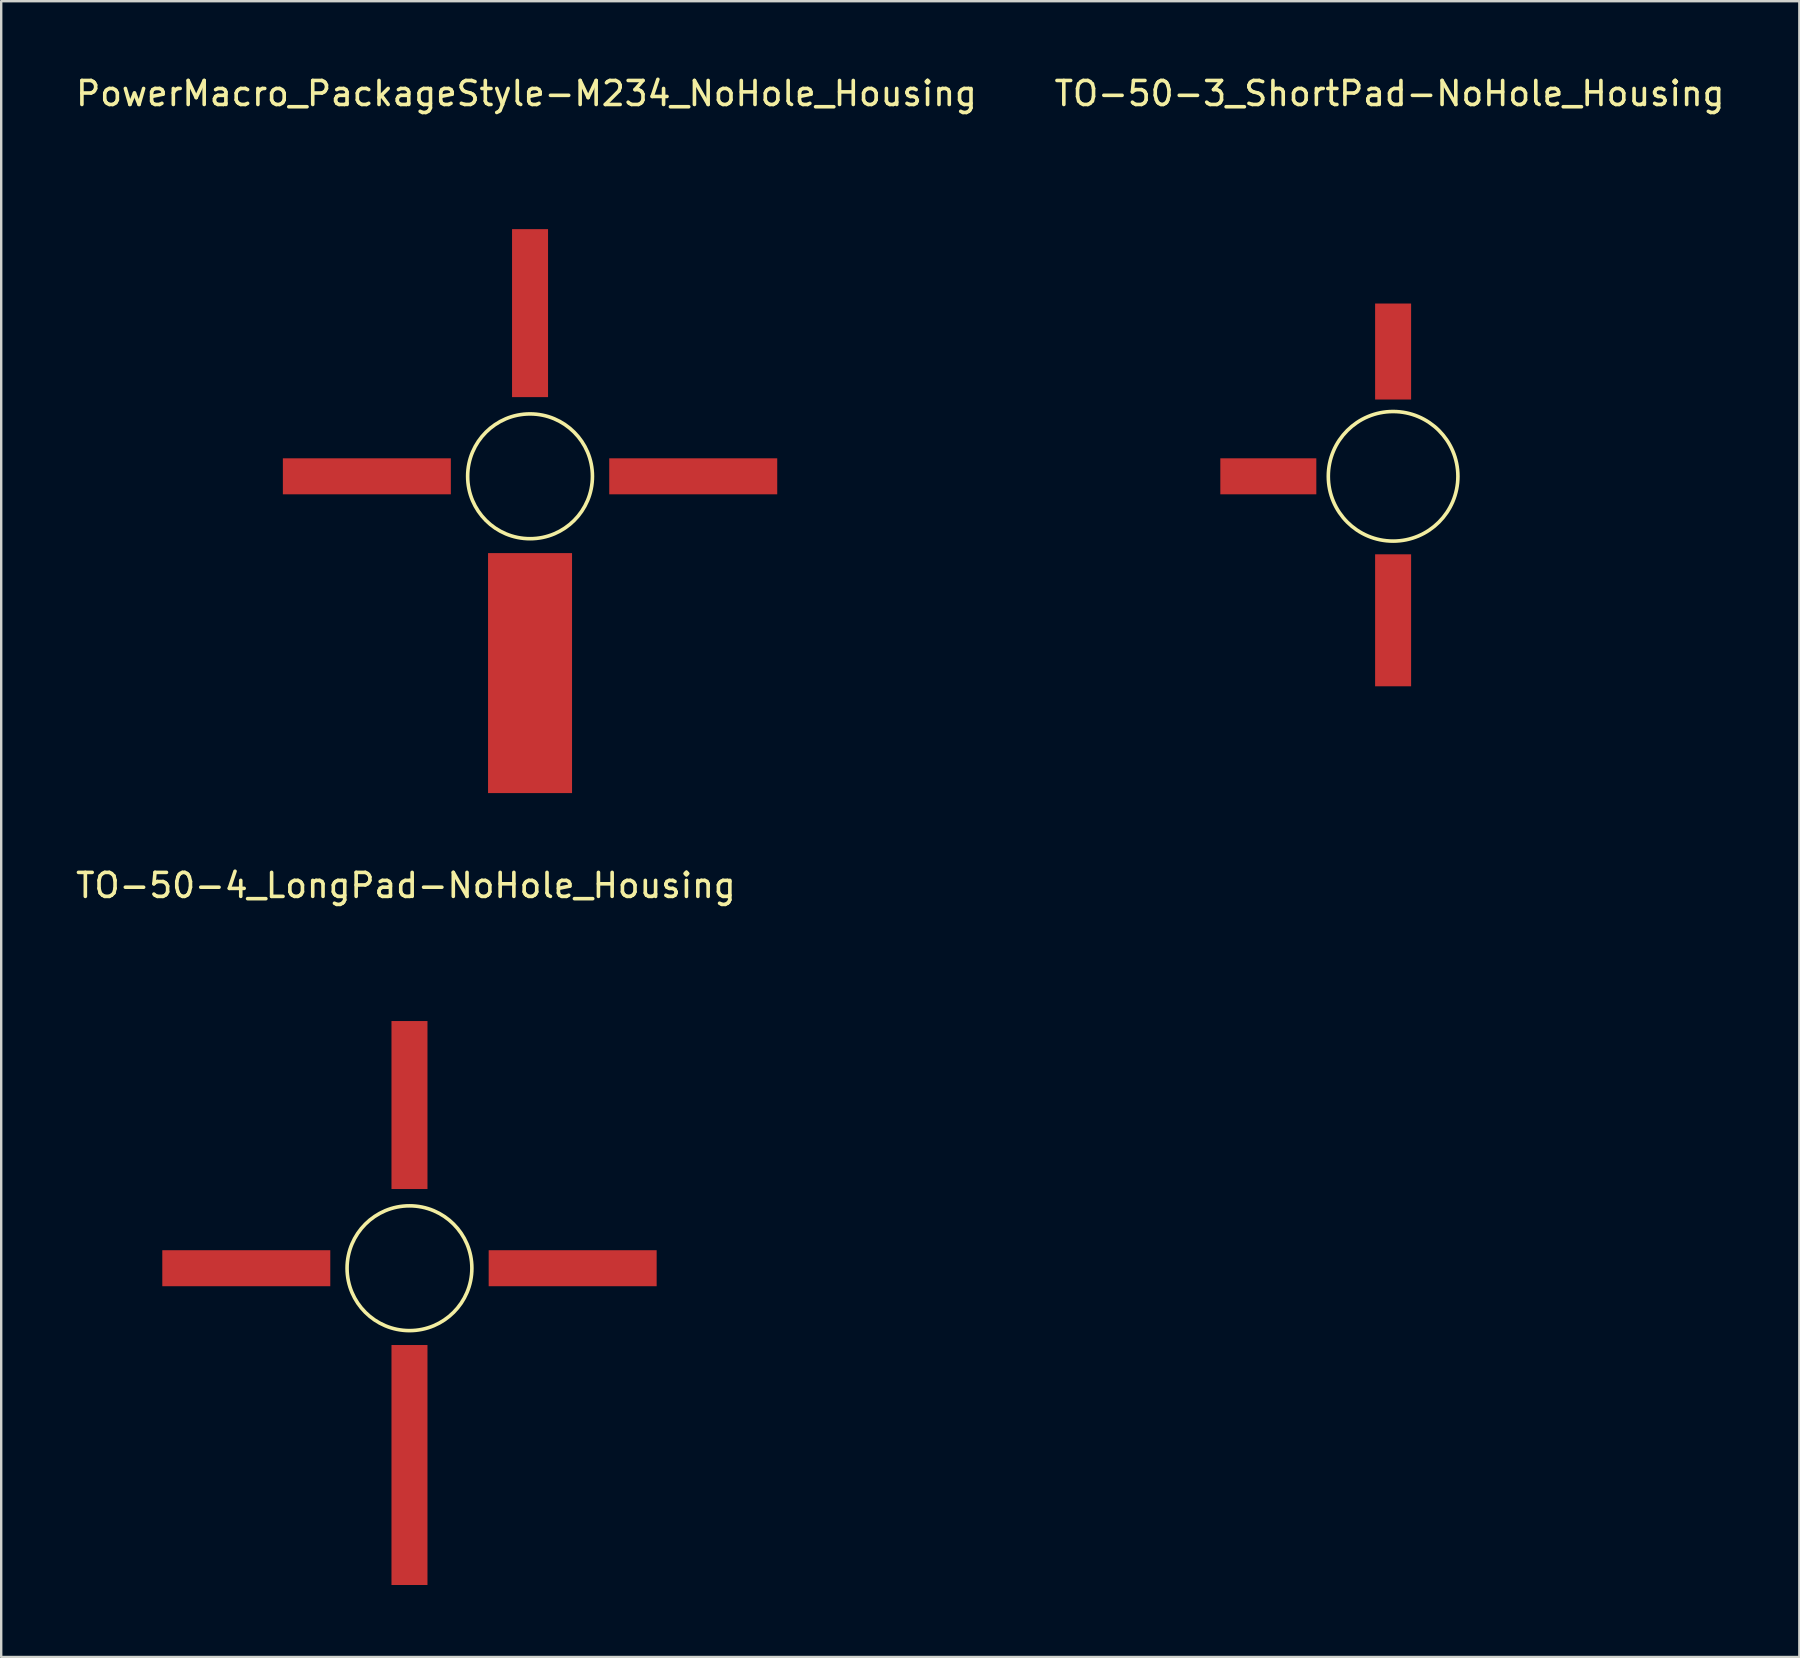
<source format=kicad_pcb>
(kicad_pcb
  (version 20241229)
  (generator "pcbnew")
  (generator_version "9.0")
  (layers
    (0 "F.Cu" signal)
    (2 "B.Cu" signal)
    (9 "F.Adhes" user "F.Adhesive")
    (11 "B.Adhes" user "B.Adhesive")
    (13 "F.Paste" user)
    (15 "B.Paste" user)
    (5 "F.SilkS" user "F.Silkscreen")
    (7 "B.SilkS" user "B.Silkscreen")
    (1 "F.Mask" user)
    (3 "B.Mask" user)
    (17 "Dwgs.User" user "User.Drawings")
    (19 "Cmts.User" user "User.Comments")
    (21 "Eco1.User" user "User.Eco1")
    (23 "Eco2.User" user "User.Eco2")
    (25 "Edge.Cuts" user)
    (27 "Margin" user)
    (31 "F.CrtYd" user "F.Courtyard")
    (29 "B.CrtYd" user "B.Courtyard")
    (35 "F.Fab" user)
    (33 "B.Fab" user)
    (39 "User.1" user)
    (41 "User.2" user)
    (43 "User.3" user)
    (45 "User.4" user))
  (footprint "TO-50-3_ShortPad-NoHole_Housing"
    (layer "F.Cu")
    (at 55.001 16.798)
    (property "Reference" "TO-50-3_ShortPad-NoHole_Housing" (at -0.15 -15.95 0) (layer "F.SilkS") (effects (font (size 1 1) (thickness 0.15))))
    (attr smd)
    (fp_circle (center 0 0) (end 2.7 0) (stroke (width 0.15) (type solid)) (fill no) (layer "F.SilkS"))
    (pad "1" smd rect (at 0 -5.2) (size 1.5 4) (layers "F.Cu" "F.Mask" "F.Paste"))
    (pad "2" smd rect (at -5.2 0) (size 4 1.5) (layers "F.Cu" "F.Mask" "F.Paste"))
    (pad "3" smd rect (at 0 6) (size 1.5 5.5) (layers "F.Cu" "F.Mask" "F.Paste")))
  (footprint "PowerMacro_PackageStyle-M234_NoHole_Housing"
    (layer "F.Cu")
    (at 19.037 16.798)
    (property "Reference" "PowerMacro_PackageStyle-M234_NoHole_Housing" (at -0.15 -15.95 0) (layer "F.SilkS") (effects (font (size 1 1) (thickness 0.15))))
    (attr smd)
    (fp_circle (center 0 0) (end 2.6 0) (stroke (width 0.15) (type solid)) (fill no) (layer "F.SilkS"))
    (pad "1" smd rect (at 0 -6.8) (size 1.5 7) (layers "F.Cu" "F.Mask" "F.Paste"))
    (pad "2" smd rect (at -6.8 0) (size 7 1.5) (layers "F.Cu" "F.Mask" "F.Paste"))
    (pad "3" smd rect (at 0 8.2) (size 3.5 10) (layers "F.Cu" "F.Mask" "F.Paste"))
    (pad "4" smd rect (at 6.8 0) (size 7 1.5) (layers "F.Cu" "F.Mask" "F.Paste")))
  (footprint "TO-50-4_LongPad-NoHole_Housing"
    (layer "F.Cu")
    (at 14.013 49.797)
    (property "Reference" "TO-50-4_LongPad-NoHole_Housing" (at -0.15 -15.95 0) (layer "F.SilkS") (effects (font (size 1 1) (thickness 0.15))))
    (attr smd)
    (fp_circle (center 0 0) (end 2.6 0) (stroke (width 0.15) (type solid)) (fill no) (layer "F.SilkS"))
    (pad "1" smd rect (at 0 -6.8) (size 1.5 7) (layers "F.Cu" "F.Mask" "F.Paste"))
    (pad "2" smd rect (at -6.8 0) (size 7 1.5) (layers "F.Cu" "F.Mask" "F.Paste"))
    (pad "3" smd rect (at 0 8.2) (size 1.5 10) (layers "F.Cu" "F.Mask" "F.Paste"))
    (pad "4" smd rect (at 6.8 0) (size 7 1.5) (layers "F.Cu" "F.Mask" "F.Paste")))
  (gr_rect
    (start -3 -3)
    (end 71.929 65.996)
    (stroke (width 0.1) (type default))
    (fill no)
    (layer "Edge.Cuts")))
</source>
